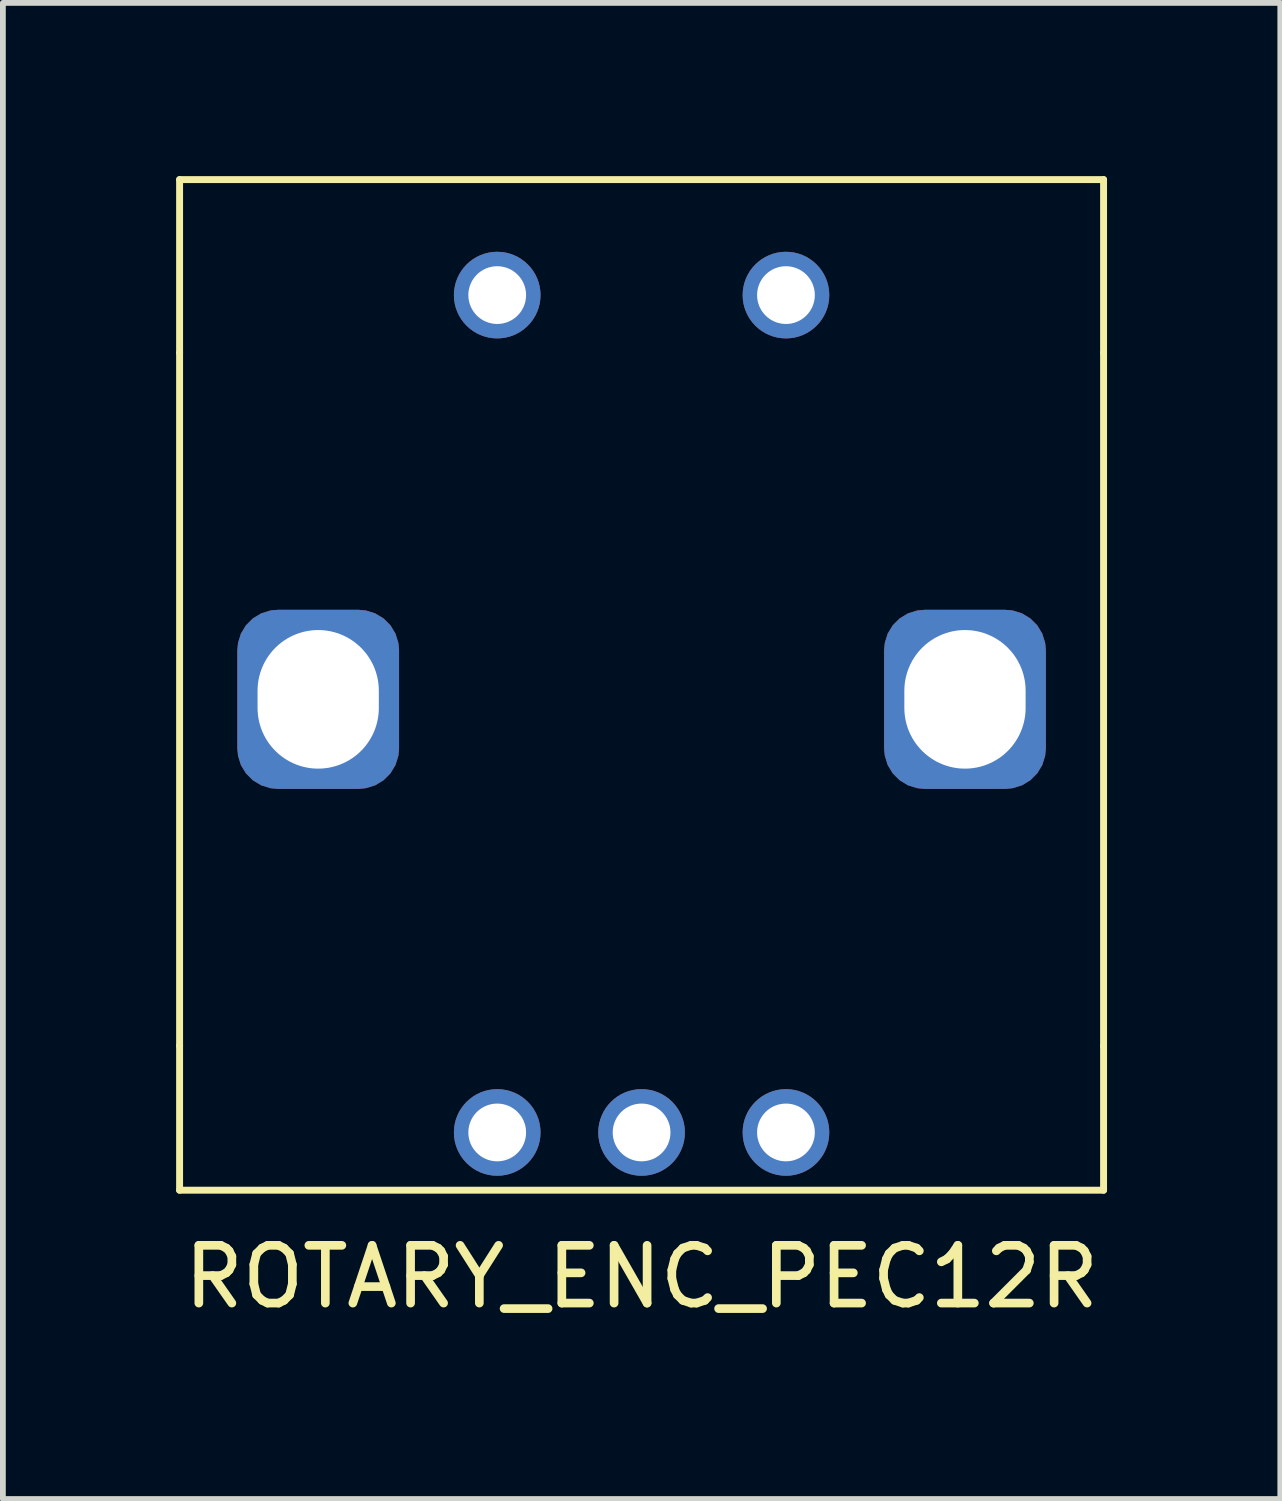
<source format=kicad_pcb>
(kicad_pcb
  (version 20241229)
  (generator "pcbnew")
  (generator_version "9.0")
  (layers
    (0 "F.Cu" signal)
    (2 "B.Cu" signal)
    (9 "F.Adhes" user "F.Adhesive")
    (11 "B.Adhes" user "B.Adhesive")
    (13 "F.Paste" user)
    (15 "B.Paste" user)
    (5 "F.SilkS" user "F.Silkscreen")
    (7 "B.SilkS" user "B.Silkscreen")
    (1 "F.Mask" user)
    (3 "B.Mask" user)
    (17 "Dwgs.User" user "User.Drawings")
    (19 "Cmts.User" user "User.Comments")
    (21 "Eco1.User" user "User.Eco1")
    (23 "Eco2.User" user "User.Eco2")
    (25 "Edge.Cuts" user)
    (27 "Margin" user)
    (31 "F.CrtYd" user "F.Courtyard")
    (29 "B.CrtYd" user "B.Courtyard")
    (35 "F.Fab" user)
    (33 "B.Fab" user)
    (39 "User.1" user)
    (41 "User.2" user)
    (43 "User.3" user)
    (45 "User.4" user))
  (footprint "ROTARY_ENC_PEC12R"
    (layer "F.Cu")
    (at 8.06 9.06)
    (property "Reference" "ROTARY_ENC_PEC12R" (at 0 10 0) (layer "F.SilkS") (effects (font (size 1 1) (thickness 0.15))))
    (attr through_hole)
    (fp_line (start -8 -9) (end 8 -9) (stroke (width 0.12) (type solid)) (layer "F.SilkS"))
    (fp_line (start -8 -6) (end -8 -9) (stroke (width 0.12) (type solid)) (layer "F.SilkS"))
    (fp_line (start -8 -6) (end -8 6) (stroke (width 0.12) (type solid)) (layer "F.SilkS"))
    (fp_line (start -8 6) (end -8 8.5) (stroke (width 0.12) (type solid)) (layer "F.SilkS"))
    (fp_line (start -8 8.5) (end 8 8.5) (stroke (width 0.12) (type solid)) (layer "F.SilkS"))
    (fp_line (start 8 -6) (end 8 -9) (stroke (width 0.12) (type solid)) (layer "F.SilkS"))
    (fp_line (start 8 6) (end 8 -6) (stroke (width 0.12) (type solid)) (layer "F.SilkS"))
    (fp_line (start 8 6) (end 8 8.5) (stroke (width 0.12) (type solid)) (layer "F.SilkS"))
    (pad "" thru_hole roundrect (at -5.6 0) (size 2.8 3.1) (drill oval 2.1 2.4) (layers "*.Cu" "*.Mask") (roundrect_rratio 0.25))
    (pad "" thru_hole roundrect (at 5.6 0) (size 2.8 3.1) (drill oval 2.1 2.4) (layers "*.Cu" "*.Mask") (roundrect_rratio 0.25))
    (pad "1" thru_hole circle (at -2.5 -7) (size 1.5 1.5) (drill 1) (layers "*.Cu" "*.Mask"))
    (pad "2" thru_hole circle (at 2.5 -7) (size 1.5 1.5) (drill 1) (layers "*.Cu" "*.Mask"))
    (pad "3" thru_hole circle (at -2.5 7.5) (size 1.5 1.5) (drill 1) (layers "*.Cu" "*.Mask"))
    (pad "4" thru_hole circle (at 0 7.5) (size 1.5 1.5) (drill 1) (layers "*.Cu" "*.Mask"))
    (pad "5" thru_hole circle (at 2.5 7.5) (size 1.5 1.5) (drill 1) (layers "*.Cu" "*.Mask")))
  (gr_rect
    (start -3 -3)
    (end 19.12 22.908)
    (stroke (width 0.1) (type default))
    (fill no)
    (layer "Edge.Cuts")))
</source>
